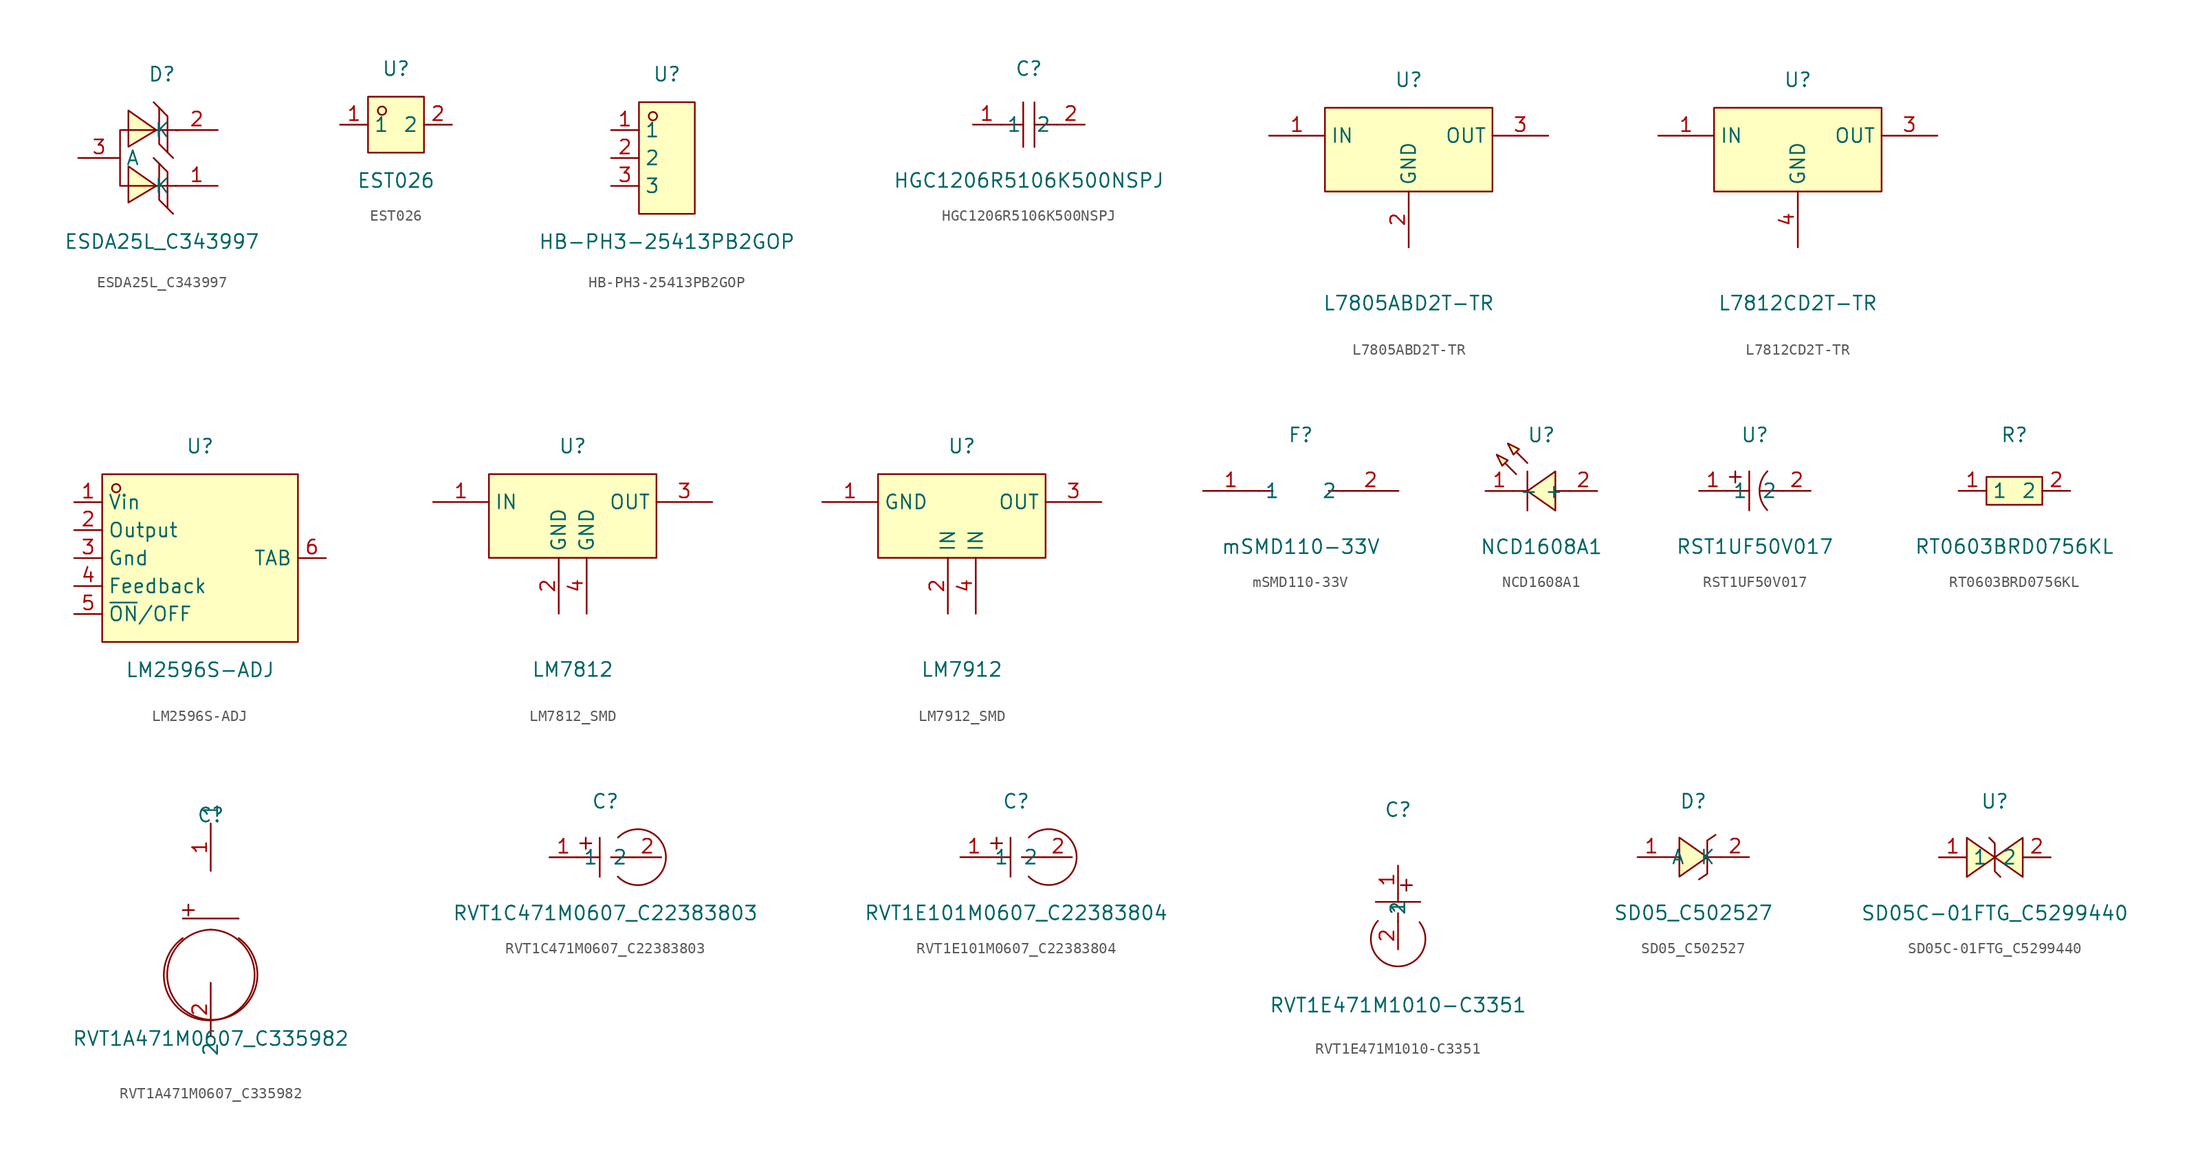
<source format=kicad_sym>
(kicad_symbol_lib
  (version 20231120)
  (generator "kicad_symbol_editor")
  (generator_version "8.0")
  (symbol "ESDA25L_C343997"
    (property "Reference" "D"
      (at 0 7.62 0)
      (effects (font (size 1.27 1.27))))
    (property "Value" "ESDA25L_C343997"
      (at 0 -7.62 0)
      (effects (font (size 1.27 1.27))))
    (symbol "ESDA25L_C343997_0_1"
      (polyline (pts (xy -3.05 -4.06) (xy -0.51 -2.54) (xy -3.05 -0.76) (xy -3.05 -4.06)) (stroke (width 0) (type default) (color 0 0 0 0)) (fill (type background)))
      (polyline (pts (xy -3.05 1.02) (xy -0.51 2.54) (xy -3.05 4.32) (xy -3.05 1.02)) (stroke (width 0) (type default) (color 0 0 0 0)) (fill (type background)))
      (polyline (pts (xy -0.25 -3.81) (xy 0.51 -4.57) (xy 0.00 -4.06) (xy -0.25 -3.81) (xy -0.25 -0.51) (xy -0.51 -0.25) (xy -0.76 -0.00)) (stroke (width 0) (type default) (color 0 0 0 0)) (fill (type none)))
      (polyline (pts (xy 1.27 -2.54) (xy -3.81 -2.54) (xy -3.81 2.54) (xy 1.52 2.54)) (stroke (width 0) (type default) (color 0 0 0 0)) (fill (type none)))
      (polyline (pts (xy 1.02 -5.08) (xy 0.76 -4.83) (xy 0.51 -4.57) (xy 0.51 -1.27) (xy 0.51 -1.27) (xy 0.25 -1.02) (xy -0.25 -0.51)) (stroke (width 0) (type default) (color 0 0 0 0)) (fill (type none)))
      (polyline (pts (xy -0.25 1.27) (xy 0.51 0.51) (xy 0.00 1.02) (xy -0.25 1.27) (xy -0.25 4.57) (xy -0.51 4.83) (xy -0.76 5.08)) (stroke (width 0) (type default) (color 0 0 0 0)) (fill (type none)))
      (polyline (pts (xy 1.02 -0.00) (xy 0.76 0.25) (xy 0.51 0.51) (xy 0.51 3.81) (xy 0.51 3.81) (xy 0.25 4.06) (xy -0.25 4.57)) (stroke (width 0) (type default) (color 0 0 0 0)) (fill (type none)))
      (pin unspecified line (at -7.62 -0.00 0) (length 3.81) (name "A" (effects (font (size 1.27 1.27)))) (number "3" (effects (font (size 1.27 1.27)))))
      (pin unspecified line (at 5.08 -2.54 180) (length 3.81) (name "K" (effects (font (size 1.27 1.27)))) (number "1" (effects (font (size 1.27 1.27)))))
      (pin unspecified line (at 5.08 2.54 180) (length 3.81) (name "K" (effects (font (size 1.27 1.27)))) (number "2" (effects (font (size 1.27 1.27)))))))
  (symbol "EST026"
    (property "Reference" "U"
      (at 0 5.08 0)
      (effects (font (size 1.27 1.27))))
    (property "Value" "EST026"
      (at 0 -5.08 0)
      (effects (font (size 1.27 1.27))))
    (symbol "EST026_0_1"
      (rectangle (start -2.54 2.54) (end 2.54 -2.54) (stroke (width 0) (type default) (color 0 0 0 0)) (fill (type background)))
      (circle (center -1.27 1.27) (radius 0.38) (stroke (width 0) (type default) (color 0 0 0 0)) (fill (type none)))
      (pin unspecified line (at -5.08 -0.00 0) (length 2.54) (name "1" (effects (font (size 1.27 1.27)))) (number "1" (effects (font (size 1.27 1.27)))))
      (pin unspecified line (at 5.08 -0.00 180) (length 2.54) (name "2" (effects (font (size 1.27 1.27)))) (number "2" (effects (font (size 1.27 1.27)))))))
  (symbol "HB-PH3-25413PB2GOP"
    (property "Reference" "U"
      (at 0 7.62 0)
      (effects (font (size 1.27 1.27))))
    (property "Value" "HB-PH3-25413PB2GOP"
      (at 0 -7.62 0)
      (effects (font (size 1.27 1.27))))
    (symbol "HB-PH3-25413PB2GOP_0_1"
      (rectangle (start -2.54 5.08) (end 2.54 -5.08) (stroke (width 0) (type default) (color 0 0 0 0)) (fill (type background)))
      (circle (center -1.27 3.81) (radius 0.38) (stroke (width 0) (type default) (color 0 0 0 0)) (fill (type none)))
      (pin unspecified line (at -5.08 2.54 0) (length 2.54) (name "1" (effects (font (size 1.27 1.27)))) (number "1" (effects (font (size 1.27 1.27)))))
      (pin unspecified line (at -5.08 -0.00 0) (length 2.54) (name "2" (effects (font (size 1.27 1.27)))) (number "2" (effects (font (size 1.27 1.27)))))
      (pin unspecified line (at -5.08 -2.54 0) (length 2.54) (name "3" (effects (font (size 1.27 1.27)))) (number "3" (effects (font (size 1.27 1.27)))))))
  (symbol "HGC1206R5106K500NSPJ"
    (property "Reference" "C"
      (at 0 5.08 0)
      (effects (font (size 1.27 1.27))))
    (property "Value" "HGC1206R5106K500NSPJ"
      (at 0 -5.08 0)
      (effects (font (size 1.27 1.27))))
    (symbol "HGC1206R5106K500NSPJ_0_1"
      (polyline (pts (xy -0.51 -2.03) (xy -0.51 2.03)) (stroke (width 0) (type default) (color 0 0 0 0)) (fill (type none)))
      (polyline (pts (xy 2.54 -0.00) (xy 0.51 -0.00)) (stroke (width 0) (type default) (color 0 0 0 0)) (fill (type none)))
      (polyline (pts (xy 0.51 2.03) (xy 0.51 -2.03)) (stroke (width 0) (type default) (color 0 0 0 0)) (fill (type none)))
      (polyline (pts (xy -0.51 -0.00) (xy -2.54 -0.00)) (stroke (width 0) (type default) (color 0 0 0 0)) (fill (type none)))
      (pin unspecified line (at -5.08 -0.00 0) (length 2.54) (name "1" (effects (font (size 1.27 1.27)))) (number "1" (effects (font (size 1.27 1.27)))))
      (pin unspecified line (at 5.08 -0.00 180) (length 2.54) (name "2" (effects (font (size 1.27 1.27)))) (number "2" (effects (font (size 1.27 1.27)))))))
  (symbol "L7805ABD2T-TR"
    (property "Reference" "U"
      (at 0 8.89 0)
      (effects (font (size 1.27 1.27))))
    (property "Value" "L7805ABD2T-TR"
      (at 0 -11.43 0)
      (effects (font (size 1.27 1.27))))
    (symbol "L7805ABD2T-TR_0_1"
      (rectangle (start -7.62 6.35) (end 7.62 -1.27) (stroke (width 0) (type default) (color 0 0 0 0)) (fill (type background)))
      (pin power_in line (at -12.70 3.81 0) (length 5.08) (name "IN" (effects (font (size 1.27 1.27)))) (number "1" (effects (font (size 1.27 1.27)))))
      (pin power_in line (at 0.00 -6.35 90) (length 5.08) (name "GND" (effects (font (size 1.27 1.27)))) (number "2" (effects (font (size 1.27 1.27)))))
      (pin power_in line (at 12.70 3.81 180) (length 5.08) (name "OUT" (effects (font (size 1.27 1.27)))) (number "3" (effects (font (size 1.27 1.27)))))))
  (symbol "L7812CD2T-TR"
    (property "Reference" "U"
      (at 0 8.89 0)
      (effects (font (size 1.27 1.27))))
    (property "Value" "L7812CD2T-TR"
      (at 0 -11.43 0)
      (effects (font (size 1.27 1.27))))
    (symbol "L7812CD2T-TR_0_1"
      (rectangle (start -7.62 6.35) (end 7.62 -1.27) (stroke (width 0) (type default) (color 0 0 0 0)) (fill (type background)))
      (pin power_in line (at -12.70 3.81 0) (length 5.08) (name "IN" (effects (font (size 1.27 1.27)))) (number "1" (effects (font (size 1.27 1.27)))))
      (pin power_in line (at 0.00 -6.35 90) (length 5.08) (name "GND" (effects (font (size 1.27 1.27)))) (number "4" (effects (font (size 1.27 1.27)))))
      (pin power_in line (at 12.70 3.81 180) (length 5.08) (name "OUT" (effects (font (size 1.27 1.27)))) (number "3" (effects (font (size 1.27 1.27)))))))
  (symbol "LM2596S-ADJ"
    (property "Reference" "U"
      (at 0 10.16 0)
      (effects (font (size 1.27 1.27))))
    (property "Value" "LM2596S-ADJ"
      (at 0 -10.16 0)
      (effects (font (size 1.27 1.27))))
    (symbol "LM2596S-ADJ_0_1"
      (rectangle (start -8.89 7.62) (end 8.89 -7.62) (stroke (width 0) (type default) (color 0 0 0 0)) (fill (type background)))
      (circle (center -7.62 6.35) (radius 0.38) (stroke (width 0) (type default) (color 0 0 0 0)) (fill (type none)))
      (pin unspecified line (at -11.43 5.08 0) (length 2.54) (name "Vin" (effects (font (size 1.27 1.27)))) (number "1" (effects (font (size 1.27 1.27)))))
      (pin unspecified line (at -11.43 2.54 0) (length 2.54) (name "Output" (effects (font (size 1.27 1.27)))) (number "2" (effects (font (size 1.27 1.27)))))
      (pin unspecified line (at -11.43 -0.00 0) (length 2.54) (name "Gnd" (effects (font (size 1.27 1.27)))) (number "3" (effects (font (size 1.27 1.27)))))
      (pin unspecified line (at -11.43 -2.54 0) (length 2.54) (name "Feedback" (effects (font (size 1.27 1.27)))) (number "4" (effects (font (size 1.27 1.27)))))
      (pin unspecified line (at -11.43 -5.08 0) (length 2.54) (name "~{ON}/OFF" (effects (font (size 1.27 1.27)))) (number "5" (effects (font (size 1.27 1.27)))))
      (pin unspecified line (at 11.43 -0.00 180) (length 2.54) (name "TAB" (effects (font (size 1.27 1.27)))) (number "6" (effects (font (size 1.27 1.27)))))))
  (symbol "LM7812_SMD"
    (property "Reference" "U"
      (at 0 8.89 0)
      (effects (font (size 1.27 1.27))))
    (property "Value" "LM7812"
      (at 0 -11.43 0)
      (effects (font (size 1.27 1.27))))
    (symbol "LM7812_SMD_0_1"
      (rectangle (start -7.62 6.35) (end 7.62 -1.27) (stroke (width 0) (type default)) (fill (type background)))
      (pin power_in line (at -12.7 3.81 0) (length 5.08) (name "IN" (effects (font (size 1.27 1.27)))) (number "1" (effects (font (size 1.27 1.27)))))
      (pin power_in line (at -1.27 -6.35 90) (length 5.08) (name "GND" (effects (font (size 1.27 1.27)))) (number "2" (effects (font (size 1.27 1.27)))))
      (pin power_in line (at 12.7 3.81 180) (length 5.08) (name "OUT" (effects (font (size 1.27 1.27)))) (number "3" (effects (font (size 1.27 1.27)))))
      (pin power_in line (at 1.27 -6.35 90) (length 5.08) (name "GND" (effects (font (size 1.27 1.27)))) (number "4" (effects (font (size 1.27 1.27)))))))
  (symbol "LM7912_SMD"
    (property "Reference" "U"
      (at 0 8.89 0)
      (effects (font (size 1.27 1.27))))
    (property "Value" "LM7912"
      (at 0 -11.43 0)
      (effects (font (size 1.27 1.27))))
    (symbol "LM7912_SMD_0_1"
      (rectangle (start -7.62 6.35) (end 7.62 -1.27) (stroke (width 0) (type default)) (fill (type background)))
      (pin power_in line (at 12.7 3.81 180) (length 5.08) (name "OUT" (effects (font (size 1.27 1.27)))) (number "3" (effects (font (size 1.27 1.27))))))
    (symbol "LM7912_SMD_1_1"
      (pin power_in line (at -12.7 3.81 0) (length 5.08) (name "GND" (effects (font (size 1.27 1.27)))) (number "1" (effects (font (size 1.27 1.27)))))
      (pin power_in line (at -1.27 -6.35 90) (length 5.08) (name "IN" (effects (font (size 1.27 1.27)))) (number "2" (effects (font (size 1.27 1.27)))))
      (pin power_in line (at 1.27 -6.35 90) (length 5.08) (name "IN" (effects (font (size 1.27 1.27)))) (number "4" (effects (font (size 1.27 1.27)))))))
  (symbol "mSMD110-33V"
    (property "Reference" "F"
      (at 0 3.81 0)
      (effects (font (size 1.27 1.27))))
    (property "Value" "mSMD110-33V"
      (at 0 -6.35 0)
      (effects (font (size 1.27 1.27))))
    (symbol "mSMD110-33V_0_1"
      (polyline (pts (xy -2.54 -1.27)) (stroke (width 0) (type default) (color 0 0 0 0)) (fill (type background)))
      (polyline (pts (xy -3.81 -1.27) (xy -2.54 -1.27)) (stroke (width 0) (type default) (color 0 0 0 0)) (fill (type none)))
      (polyline (pts (xy 2.54 -1.27) (xy 3.81 -1.27)) (stroke (width 0) (type default) (color 0 0 0 0)) (fill (type none)))
      (pin unspecified line (at -8.89 -1.27 0) (length 5.08) (name "1" (effects (font (size 1.27 1.27)))) (number "1" (effects (font (size 1.27 1.27)))))
      (pin unspecified line (at 8.89 -1.27 180) (length 5.08) (name "2" (effects (font (size 1.27 1.27)))) (number "2" (effects (font (size 1.27 1.27)))))))
  (symbol "NCD1608A1"
    (property "Reference" "U"
      (at 0 5.08 0)
      (effects (font (size 1.27 1.27))))
    (property "Value" "NCD1608A1"
      (at 0 -5.08 0)
      (effects (font (size 1.27 1.27))))
    (symbol "NCD1608A1_0_1"
      (polyline (pts (xy 1.27 1.78) (xy -1.27 -0.00) (xy 1.27 -1.78) (xy 1.27 1.78)) (stroke (width 0) (type default) (color 0 0 0 0)) (fill (type background)))
      (polyline (pts (xy -3.05 4.32) (xy -2.03 3.81) (xy -2.54 3.30) (xy -3.05 4.32)) (stroke (width 0) (type default) (color 0 0 0 0)) (fill (type background)))
      (polyline (pts (xy -4.06 3.30) (xy -3.05 2.79) (xy -3.56 2.29) (xy -4.06 3.30)) (stroke (width 0) (type default) (color 0 0 0 0)) (fill (type background)))
      (polyline (pts (xy -1.27 1.78) (xy -1.27 -1.78)) (stroke (width 0) (type default) (color 0 0 0 0)) (fill (type none)))
      (polyline (pts (xy 2.54 -0.00) (xy 1.27 -0.00)) (stroke (width 0) (type default) (color 0 0 0 0)) (fill (type none)))
      (polyline (pts (xy -1.27 -0.00) (xy -2.54 -0.00)) (stroke (width 0) (type default) (color 0 0 0 0)) (fill (type none)))
      (polyline (pts (xy -1.27 2.54) (xy -2.29 3.56) (xy -1.27 2.54)) (stroke (width 0) (type default) (color 0 0 0 0)) (fill (type background)))
      (polyline (pts (xy -2.29 1.52) (xy -3.30 2.54) (xy -2.29 1.52)) (stroke (width 0) (type default) (color 0 0 0 0)) (fill (type background)))
      (pin unspecified line (at 5.08 -0.00 180) (length 2.54) (name "+" (effects (font (size 1.27 1.27)))) (number "2" (effects (font (size 1.27 1.27)))))
      (pin unspecified line (at -5.08 -0.00 0) (length 2.54) (name "-" (effects (font (size 1.27 1.27)))) (number "1" (effects (font (size 1.27 1.27)))))))
  (symbol "RST1UF50V017"
    (property "Reference" "U"
      (at 0 5.08 0)
      (effects (font (size 1.27 1.27))))
    (property "Value" "RST1UF50V017"
      (at 0 -5.08 0)
      (effects (font (size 1.27 1.27))))
    (symbol "RST1UF50V017_0_1"
      (polyline (pts (xy -2.54 0) (xy -0.51 0)) (stroke (width 0) (type default)) (fill (type none)))
      (polyline (pts (xy -2.29 1.27) (xy -1.27 1.27)) (stroke (width 0) (type default)) (fill (type none)))
      (polyline (pts (xy -1.78 1.78) (xy -1.78 0.76)) (stroke (width 0) (type default)) (fill (type none)))
      (polyline (pts (xy -0.51 1.78) (xy -0.51 -1.78)) (stroke (width 0) (type default)) (fill (type none)))
      (polyline (pts (xy 0.51 0) (xy 2.54 0)) (stroke (width 0) (type default)) (fill (type none)))
      (arc (start 1.15 1.79) (mid 0.4221 0.024) (end 1.13 -1.75) (stroke (width 0) (type default)) (fill (type none)))
      (pin input line (at -5.08 0 0) (length 2.54) (name "1" (effects (font (size 1.27 1.27)))) (number "1" (effects (font (size 1.27 1.27)))))
      (pin input line (at 5.08 0 180) (length 2.54) (name "2" (effects (font (size 1.27 1.27)))) (number "2" (effects (font (size 1.27 1.27)))))))
  (symbol "RT0603BRD0756KL"
    (property "Reference" "R"
      (at 0 5.08 0)
      (effects (font (size 1.27 1.27))))
    (property "Value" "RT0603BRD0756KL"
      (at 0 -5.08 0)
      (effects (font (size 1.27 1.27))))
    (symbol "RT0603BRD0756KL_0_1"
      (rectangle (start -2.54 1.27) (end 2.54 -1.27) (stroke (width 0) (type default) (color 0 0 0 0)) (fill (type background)))
      (pin unspecified line (at 5.08 -0.00 180) (length 2.54) (name "2" (effects (font (size 1.27 1.27)))) (number "2" (effects (font (size 1.27 1.27)))))
      (pin unspecified line (at -5.08 -0.00 0) (length 2.54) (name "1" (effects (font (size 1.27 1.27)))) (number "1" (effects (font (size 1.27 1.27)))))))
  (symbol "RVT1A471M0607_C335982"
    (property "Reference" "C"
      (at 0 10.16 0)
      (effects (font (size 1.27 1.27))))
    (property "Value" "RVT1A471M0607_C335982"
      (at 0 -10.16 0)
      (effects (font (size 1.27 1.27))))
    (symbol "RVT1A471M0607_C335982_0_1"
      (rectangle (start -2.54 1.52) (end -1.52 1.52) (stroke (width 0) (type default) (color 0 0 0 0)) (fill (type background)))
      (rectangle (start -2.03 2.03) (end -2.03 1.02) (stroke (width 0) (type default) (color 0 0 0 0)) (fill (type background)))
      (arc (start 0.00 -0.25) (mid 4.23 -4.70) (end 2.54 -1.02) (stroke (width 0) (type default) (color 0 0 0 0)) (fill (type none)))
      (arc (start -2.54 -1.02) (mid 3.94 -3.72) (end 0.00 -0.25) (stroke (width 0) (type default) (color 0 0 0 0)) (fill (type none)))
      (polyline (pts (xy -2.54 0.76) (xy 2.54 0.76)) (stroke (width 0) (type default) (color 0 0 0 0)) (fill (type none)))
      (pin unspecified line (at 0.00 5.08 90) (length 4.318) (name "1" (effects (font (size 1.27 1.27)))) (number "1" (effects (font (size 1.27 1.27)))))
      (pin unspecified line (at 0.00 -5.08 270) (length 4.826) (name "2" (effects (font (size 1.27 1.27)))) (number "2" (effects (font (size 1.27 1.27)))))))
  (symbol "RVT1C471M0607_C22383803"
    (property "Reference" "C"
      (at 0 5.08 0)
      (effects (font (size 1.27 1.27))))
    (property "Value" "RVT1C471M0607_C22383803"
      (at 0 -5.08 0)
      (effects (font (size 1.27 1.27))))
    (symbol "RVT1C471M0607_C22383803_0_1"
      (arc (start 1.13 -1.75) (mid 5.47 -0.41) (end 1.15 1.79) (stroke (width 0) (type default) (color 0 0 0 0)) (fill (type none)))
      (polyline (pts (xy -0.51 1.78) (xy -0.51 -1.78)) (stroke (width 0) (type default) (color 0 0 0 0)) (fill (type none)))
      (polyline (pts (xy -2.54 -0.00) (xy -0.51 -0.00)) (stroke (width 0) (type default) (color 0 0 0 0)) (fill (type none)))
      (polyline (pts (xy 0.51 -0.00) (xy 2.54 -0.00)) (stroke (width 0) (type default) (color 0 0 0 0)) (fill (type none)))
      (polyline (pts (xy -2.29 1.27) (xy -1.27 1.27)) (stroke (width 0) (type default) (color 0 0 0 0)) (fill (type none)))
      (polyline (pts (xy -1.78 1.78) (xy -1.78 0.76)) (stroke (width 0) (type default) (color 0 0 0 0)) (fill (type none)))
      (pin input line (at -5.08 -0.00 0) (length 2.54) (name "1" (effects (font (size 1.27 1.27)))) (number "1" (effects (font (size 1.27 1.27)))))
      (pin input line (at 5.08 -0.00 180) (length 2.54) (name "2" (effects (font (size 1.27 1.27)))) (number "2" (effects (font (size 1.27 1.27)))))))
  (symbol "RVT1E101M0607_C22383804"
    (property "Reference" "C"
      (at 0 5.08 0)
      (effects (font (size 1.27 1.27))))
    (property "Value" "RVT1E101M0607_C22383804"
      (at 0 -5.08 0)
      (effects (font (size 1.27 1.27))))
    (symbol "RVT1E101M0607_C22383804_0_1"
      (arc (start 1.13 -1.75) (mid 5.47 -0.41) (end 1.15 1.79) (stroke (width 0) (type default) (color 0 0 0 0)) (fill (type none)))
      (polyline (pts (xy -1.78 1.78) (xy -1.78 0.76)) (stroke (width 0) (type default) (color 0 0 0 0)) (fill (type none)))
      (polyline (pts (xy -2.29 1.27) (xy -1.27 1.27)) (stroke (width 0) (type default) (color 0 0 0 0)) (fill (type none)))
      (polyline (pts (xy 0.51 -0.00) (xy 2.54 -0.00)) (stroke (width 0) (type default) (color 0 0 0 0)) (fill (type none)))
      (polyline (pts (xy -2.54 -0.00) (xy -0.51 -0.00)) (stroke (width 0) (type default) (color 0 0 0 0)) (fill (type none)))
      (polyline (pts (xy -0.51 1.78) (xy -0.51 -1.78)) (stroke (width 0) (type default) (color 0 0 0 0)) (fill (type none)))
      (pin input line (at 5.08 -0.00 180) (length 2.54) (name "2" (effects (font (size 1.27 1.27)))) (number "2" (effects (font (size 1.27 1.27)))))
      (pin input line (at -5.08 -0.00 0) (length 2.54) (name "1" (effects (font (size 1.27 1.27)))) (number "1" (effects (font (size 1.27 1.27)))))))
  (symbol "RVT1E471M1010-C3351"
    (property "Reference" "C"
      (at 0 8.89 0)
      (effects (font (size 1.27 1.27))))
    (property "Value" "RVT1E471M1010-C3351"
      (at 0 -8.89 0)
      (effects (font (size 1.27 1.27))))
    (symbol "RVT1E471M1010-C3351_0_1"
      (arc (start 1.95 -1.33) (mid -1.57 -4.79) (end -1.83 -1.21) (stroke (width 0) (type default) (color 0 0 0 0)) (fill (type none)))
      (polyline (pts (xy 2.03 0.51) (xy -2.03 0.51)) (stroke (width 0) (type default) (color 0 0 0 0)) (fill (type none)))
      (polyline (pts (xy 0.00 1.27) (xy 0.00 0.51)) (stroke (width 0) (type default) (color 0 0 0 0)) (fill (type none)))
      (polyline (pts (xy 0.00 -0.51) (xy 0.00 -1.27)) (stroke (width 0) (type default) (color 0 0 0 0)) (fill (type none)))
      (polyline (pts (xy 0.76 2.54) (xy 0.76 1.52)) (stroke (width 0) (type default) (color 0 0 0 0)) (fill (type none)))
      (polyline (pts (xy 1.27 2.03) (xy 0.25 2.03)) (stroke (width 0) (type default) (color 0 0 0 0)) (fill (type none)))
      (pin input line (at 0.00 3.81 270) (length 2.54) (name "1" (effects (font (size 1.27 1.27)))) (number "1" (effects (font (size 1.27 1.27)))))
      (pin input line (at 0.00 -3.81 90) (length 2.54) (name "2" (effects (font (size 1.27 1.27)))) (number "2" (effects (font (size 1.27 1.27)))))))
  (symbol "SD05_C502527"
    (property "Reference" "D"
      (at 0 5.08 0)
      (effects (font (size 1.27 1.27))))
    (property "Value" "SD05_C502527"
      (at 0 -5.08 0)
      (effects (font (size 1.27 1.27))))
    (symbol "SD05_C502527_0_1"
      (polyline (pts (xy -1.27 1.78) (xy 1.27 -0.00) (xy -1.27 -1.78) (xy -1.27 1.78)) (stroke (width 0) (type default) (color 0 0 0 0)) (fill (type background)))
      (polyline (pts (xy 2.03 2.03) (xy 1.27 1.52) (xy 1.27 -1.52) (xy 0.51 -2.03)) (stroke (width 0) (type default) (color 0 0 0 0)) (fill (type none)))
      (polyline (pts (xy -2.54 -0.00) (xy -1.27 -0.00)) (stroke (width 0) (type default) (color 0 0 0 0)) (fill (type none)))
      (polyline (pts (xy 1.27 -0.00) (xy 2.54 -0.00)) (stroke (width 0) (type default) (color 0 0 0 0)) (fill (type none)))
      (pin unspecified line (at -5.08 -0.00 0) (length 2.54) (name "A" (effects (font (size 1.27 1.27)))) (number "1" (effects (font (size 1.27 1.27)))))
      (pin unspecified line (at 5.08 -0.00 180) (length 2.54) (name "K" (effects (font (size 1.27 1.27)))) (number "2" (effects (font (size 1.27 1.27)))))))
  (symbol "SD05C-01FTG_C5299440"
    (property "Reference" "U"
      (at 0 5.08 0)
      (effects (font (size 1.27 1.27))))
    (property "Value" "SD05C-01FTG_C5299440"
      (at 0 -5.08 0)
      (effects (font (size 1.27 1.27))))
    (symbol "SD05C-01FTG_C5299440_0_1"
      (polyline (pts (xy 2.54 1.78) (xy 0.00 -0.00) (xy 2.54 -1.78) (xy 2.54 1.78)) (stroke (width 0) (type default) (color 0 0 0 0)) (fill (type background)))
      (polyline (pts (xy -2.54 -1.78) (xy 0.00 -0.00) (xy -2.54 1.78) (xy -2.54 -1.78)) (stroke (width 0) (type default) (color 0 0 0 0)) (fill (type background)))
      (polyline (pts (xy -0.51 1.78) (xy 0.00 1.27) (xy 0.00 -1.27) (xy 0.51 -1.78)) (stroke (width 0) (type default) (color 0 0 0 0)) (fill (type none)))
      (pin unspecified line (at -5.08 -0.00 0) (length 2.54) (name "1" (effects (font (size 1.27 1.27)))) (number "1" (effects (font (size 1.27 1.27)))))
      (pin unspecified line (at 5.08 -0.00 180) (length 2.54) (name "2" (effects (font (size 1.27 1.27)))) (number "2" (effects (font (size 1.27 1.27))))))))
</source>
